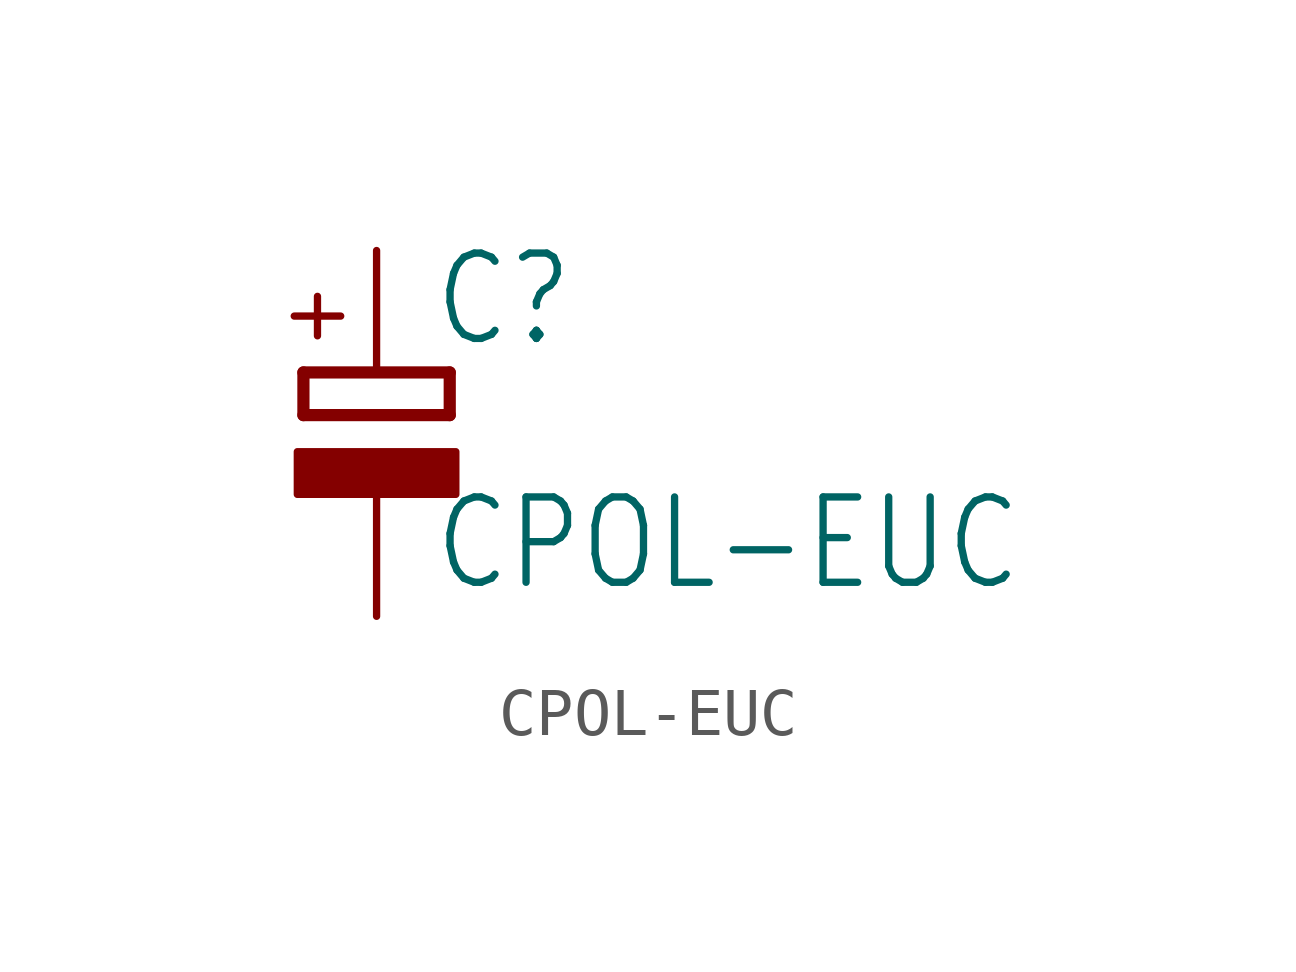
<source format=kicad_sym>
(kicad_symbol_lib
  (version 20210619)
  (generator kicad_symbol_editor)
  (symbol "CPOL-EUC"
    (property "Reference" "C"
      (at 1.143 0.483 0)
      (effects (font (size 1.778 1.511)) (justify left bottom)))
    (property "Value" "CPOL-EUC"
      (at 1.143 -4.597 0)
      (effects (font (size 1.778 1.511)) (justify left bottom)))
    (property "ki_locked" ""
      (at 0 0 0)
      (effects (font (size 1.27 1.27))))
    (symbol "CPOL-EUC_1_0"
      (text "+" (at -0.584 0.406 900) (effects (font (size 1.27 1.079)) (justify left bottom)))
      (rectangle (start -1.651 -2.54) (end 1.651 -1.651) (stroke (width 0)) (fill (type outline)))
      (polyline (pts (xy -1.524 -0.889) (xy 1.524 -0.889)) (stroke (width 0.254)) (fill (type none)))
      (polyline (pts (xy -1.524 0) (xy -1.524 -0.889)) (stroke (width 0.254)) (fill (type none)))
      (polyline (pts (xy -1.524 0) (xy 1.524 0)) (stroke (width 0.254)) (fill (type none)))
      (polyline (pts (xy 1.524 -0.889) (xy 1.524 0)) (stroke (width 0.254)) (fill (type none)))
      (pin passive line (at 0 2.54 270) (length 2.54) (name "+" (effects (font (size 0 0)))) (number "+" (effects (font (size 0 0)))))
      (pin passive line (at 0 -5.08 90) (length 2.54) (name "-" (effects (font (size 0 0)))) (number "-" (effects (font (size 0 0))))))))
</source>
